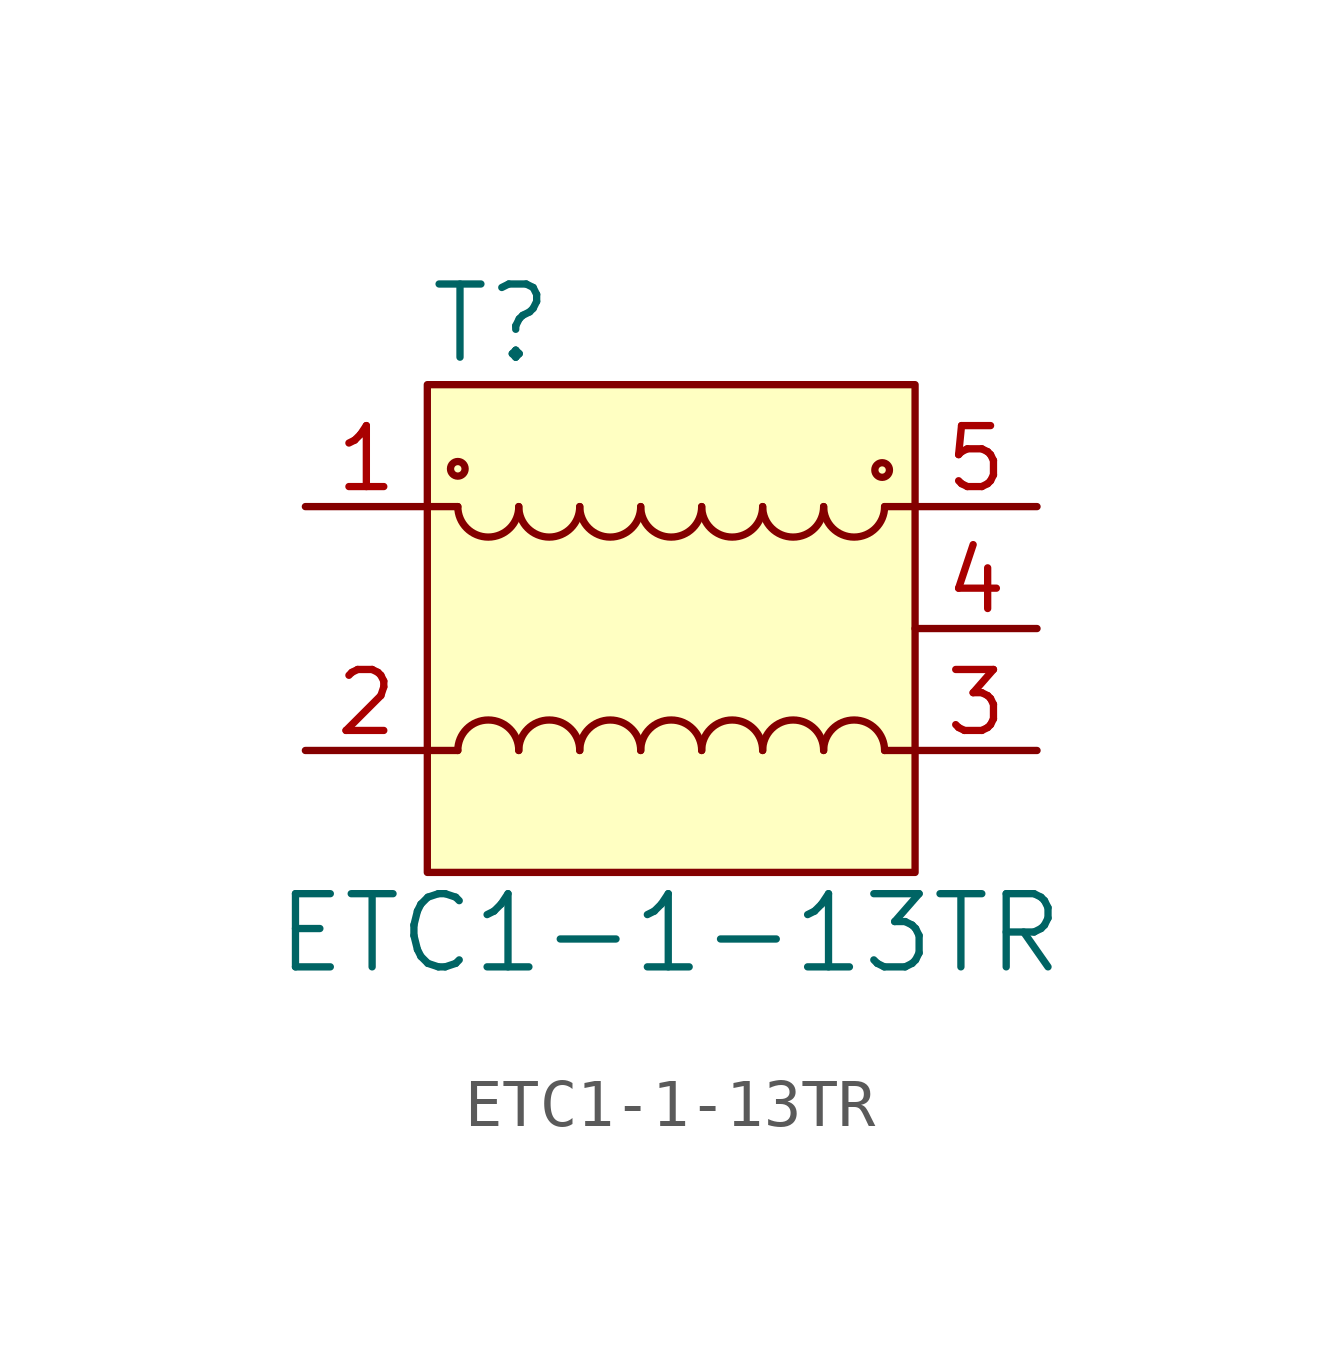
<source format=kicad_sym>
(kicad_symbol_lib
  (version 20220914)
  (generator kicad_symbol_editor)
  (symbol "ETC1-1-13TR"
    (pin_names
      (offset 0))
    (property "Reference" "T"
      (at -5.08 6.35 0)
      (effects (font (size 1.524 1.524)) (justify left)))
    (property "Value" "ETC1-1-13TR"
      (at -0.025 -6.35 0)
      (effects (font (size 1.524 1.524))))
    (symbol "ETC1-1-13TR_0_1"
      (rectangle (start -5.08 5.08) (end 5.08 -5.08) (stroke (width 0) (type solid)) (fill (type background)))
      (arc (start -4.445 2.54) (mid -3.81 1.9077) (end -3.175 2.54) (stroke (width 0) (type solid)) (fill (type none)))
      (circle (center -4.445 3.327) (radius 0.076) (stroke (width 0) (type solid)) (fill (type none)))
      (arc (start -3.175 -2.54) (mid -3.81 -1.9077) (end -4.445 -2.54) (stroke (width 0) (type solid)) (fill (type none)))
      (arc (start -3.175 2.54) (mid -2.54 1.9077) (end -1.905 2.54) (stroke (width 0) (type solid)) (fill (type none)))
      (arc (start -1.905 -2.54) (mid -2.54 -1.9077) (end -3.175 -2.54) (stroke (width 0) (type solid)) (fill (type none)))
      (arc (start -1.905 2.54) (mid -1.27 1.9077) (end -0.635 2.54) (stroke (width 0) (type solid)) (fill (type none)))
      (arc (start -0.635 -2.54) (mid -1.27 -1.9077) (end -1.905 -2.54) (stroke (width 0) (type solid)) (fill (type none)))
      (arc (start -0.635 2.54) (mid 0 1.9077) (end 0.635 2.54) (stroke (width 0) (type solid)) (fill (type none)))
      (polyline (pts (xy -5.08 -2.54) (xy -4.445 -2.54)) (stroke (width 0) (type solid)) (fill (type none)))
      (polyline (pts (xy -4.445 2.54) (xy -5.08 2.54)) (stroke (width 0) (type solid)) (fill (type none)))
      (polyline (pts (xy 4.445 2.54) (xy 5.08 2.54)) (stroke (width 0) (type solid)) (fill (type none)))
      (polyline (pts (xy 5.08 -2.54) (xy 4.445 -2.54)) (stroke (width 0) (type solid)) (fill (type none)))
      (arc (start 0.635 -2.54) (mid 0 -1.9077) (end -0.635 -2.54) (stroke (width 0) (type solid)) (fill (type none)))
      (arc (start 0.635 2.54) (mid 1.27 1.9077) (end 1.905 2.54) (stroke (width 0) (type solid)) (fill (type none)))
      (arc (start 1.905 -2.54) (mid 1.27 -1.9077) (end 0.635 -2.54) (stroke (width 0) (type solid)) (fill (type none)))
      (arc (start 1.905 2.54) (mid 2.54 1.9077) (end 3.175 2.54) (stroke (width 0) (type solid)) (fill (type none)))
      (arc (start 3.175 -2.54) (mid 2.54 -1.9077) (end 1.905 -2.54) (stroke (width 0) (type solid)) (fill (type none)))
      (arc (start 3.175 2.54) (mid 3.81 1.9077) (end 4.445 2.54) (stroke (width 0) (type solid)) (fill (type none)))
      (circle (center 4.394 3.302) (radius 0.076) (stroke (width 0) (type solid)) (fill (type none)))
      (arc (start 4.445 -2.54) (mid 3.81 -1.9077) (end 3.175 -2.54) (stroke (width 0) (type solid)) (fill (type none))))
    (symbol "ETC1-1-13TR_1_1"
      (pin passive line (at -7.62 2.54 0) (length 2.54) (name "~" (effects (font (size 1.27 1.27)))) (number "1" (effects (font (size 1.27 1.27)))))
      (pin passive line (at -7.62 -2.54 0) (length 2.54) (name "~" (effects (font (size 1.27 1.27)))) (number "2" (effects (font (size 1.27 1.27)))))
      (pin passive line (at 7.62 -2.54 180) (length 2.54) (name "~" (effects (font (size 1.27 1.27)))) (number "3" (effects (font (size 1.27 1.27)))))
      (pin unspecified line (at 7.62 0 180) (length 2.54) (name "~" (effects (font (size 1.27 1.27)))) (number "4" (effects (font (size 1.27 1.27)))))
      (pin passive line (at 7.62 2.54 180) (length 2.54) (name "~" (effects (font (size 1.27 1.27)))) (number "5" (effects (font (size 1.27 1.27))))))))
</source>
